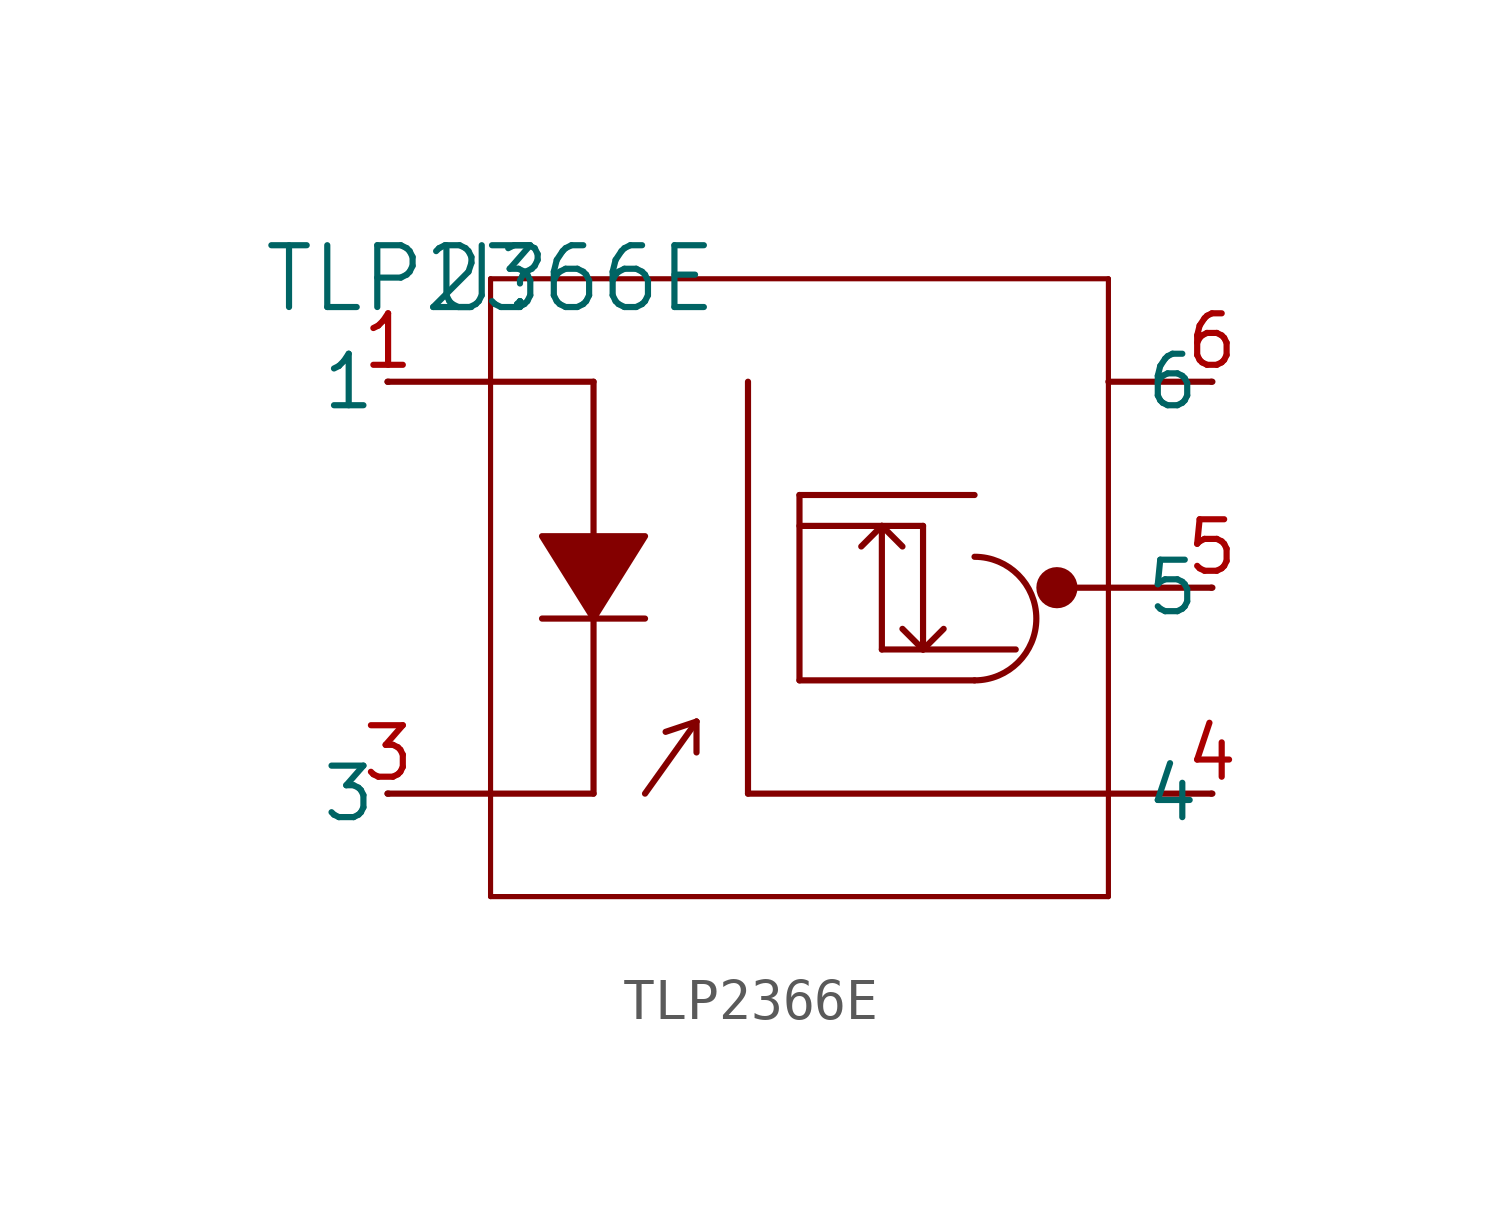
<source format=kicad_sym>
(kicad_symbol_lib
  (version 20211014)
  (generator kicad_symbol_editor)
  (symbol "TLP2366E"
    (pin_names
      (offset 0.254))
    (property "Reference" "U"
      (at 0 0 0)
      (effects (font (size 1.524 1.524))))
    (property "Value" "TLP2366E"
      (at 0 0 0)
      (effects (font (size 1.524 1.524))))
    (symbol "TLP2366E_0_1"
      (polyline (pts (xy 1.27 -6.35) (xy 1.27 -6.35) (xy 3.81 -6.35) (xy 2.54 -8.382) (xy 1.27 -6.35)) (stroke (width 0) (type default) (color 0 0 0 0)) (fill (type outline)))
      (polyline (pts (xy -2.54 -2.54) (xy 0 -2.54)) (stroke (width 0) (type default) (color 0 0 0 0)) (fill (type none)))
      (polyline (pts (xy -2.54 -12.7) (xy 0 -12.7)) (stroke (width 0) (type default) (color 0 0 0 0)) (fill (type none)))
      (polyline (pts (xy 17.78 -12.7) (xy 15.24 -12.7)) (stroke (width 0) (type default) (color 0 0 0 0)) (fill (type none)))
      (polyline (pts (xy 17.78 -7.62) (xy 15.24 -7.62)) (stroke (width 0) (type default) (color 0 0 0 0)) (fill (type none)))
      (polyline (pts (xy 17.78 -2.54) (xy 15.24 -2.54)) (stroke (width 0) (type default) (color 0 0 0 0)) (fill (type none)))
      (polyline (pts (xy 0 -15.24) (xy 0 0)) (stroke (width 0.127) (type default) (color 0 0 0 0)) (fill (type none)))
      (polyline (pts (xy 0 0) (xy 15.24 0)) (stroke (width 0.127) (type default) (color 0 0 0 0)) (fill (type none)))
      (polyline (pts (xy 15.24 0) (xy 15.24 -15.24)) (stroke (width 0.127) (type default) (color 0 0 0 0)) (fill (type none)))
      (polyline (pts (xy 15.24 -15.24) (xy 0 -15.24)) (stroke (width 0.127) (type default) (color 0 0 0 0)) (fill (type none)))
      (polyline (pts (xy 1.27 -8.382) (xy 3.81 -8.382)) (stroke (width 0) (type default) (color 0 0 0 0)) (fill (type none)))
      (polyline (pts (xy 2.54 -6.35) (xy 2.54 -2.54)) (stroke (width 0) (type default) (color 0 0 0 0)) (fill (type none)))
      (polyline (pts (xy 2.54 -2.54) (xy 0 -2.54)) (stroke (width 0) (type default) (color 0 0 0 0)) (fill (type none)))
      (polyline (pts (xy 2.54 -12.7) (xy 2.54 -8.382)) (stroke (width 0) (type default) (color 0 0 0 0)) (fill (type none)))
      (polyline (pts (xy 2.54 -12.7) (xy 0 -12.7)) (stroke (width 0) (type default) (color 0 0 0 0)) (fill (type none)))
      (polyline (pts (xy 6.35 -2.54) (xy 6.35 -12.7)) (stroke (width 0) (type default) (color 0 0 0 0)) (fill (type none)))
      (polyline (pts (xy 6.35 -12.7) (xy 15.24 -12.7)) (stroke (width 0) (type default) (color 0 0 0 0)) (fill (type none)))
      (polyline (pts (xy 7.62 -6.096) (xy 10.668 -6.096)) (stroke (width 0) (type default) (color 0 0 0 0)) (fill (type none)))
      (polyline (pts (xy 10.668 -9.144) (xy 11.176 -8.636)) (stroke (width 0) (type default) (color 0 0 0 0)) (fill (type none)))
      (polyline (pts (xy 9.652 -6.096) (xy 9.144 -6.604)) (stroke (width 0) (type default) (color 0 0 0 0)) (fill (type none)))
      (polyline (pts (xy 9.652 -6.096) (xy 10.16 -6.604)) (stroke (width 0) (type default) (color 0 0 0 0)) (fill (type none)))
      (polyline (pts (xy 7.62 -9.906) (xy 11.938 -9.906)) (stroke (width 0) (type default) (color 0 0 0 0)) (fill (type none)))
      (polyline (pts (xy 10.668 -9.144) (xy 10.16 -8.636)) (stroke (width 0) (type default) (color 0 0 0 0)) (fill (type none)))
      (polyline (pts (xy 7.62 -5.334) (xy 7.62 -9.906)) (stroke (width 0) (type default) (color 0 0 0 0)) (fill (type none)))
      (polyline (pts (xy 14.478 -7.62) (xy 15.24 -7.62)) (stroke (width 0) (type default) (color 0 0 0 0)) (fill (type none)))
      (polyline (pts (xy 7.62 -5.334) (xy 11.938 -5.334)) (stroke (width 0) (type default) (color 0 0 0 0)) (fill (type none)))
      (polyline (pts (xy 10.668 -6.096) (xy 10.668 -9.144)) (stroke (width 0) (type default) (color 0 0 0 0)) (fill (type none)))
      (polyline (pts (xy 9.652 -9.144) (xy 9.652 -6.096)) (stroke (width 0) (type default) (color 0 0 0 0)) (fill (type none)))
      (polyline (pts (xy 9.652 -9.144) (xy 12.954 -9.144)) (stroke (width 0) (type default) (color 0 0 0 0)) (fill (type none)))
      (polyline (pts (xy 5.08 -11.684) (xy 5.08 -10.922)) (stroke (width 0) (type default) (color 0 0 0 0)) (fill (type none)))
      (polyline (pts (xy 4.318 -11.176) (xy 5.08 -10.922)) (stroke (width 0) (type default) (color 0 0 0 0)) (fill (type none)))
      (polyline (pts (xy 5.08 -10.922) (xy 3.81 -12.7)) (stroke (width 0) (type default) (color 0 0 0 0)) (fill (type none)))
      (arc (start 11.938 -9.906) (mid 13.462 -8.382) (end 11.938 -6.858) (stroke (width 0) (type default) (color 0 0 0 0)) (fill (type none)))
      (circle (center 13.97 -7.62) (radius 0.254) (stroke (width 0.508) (type default) (color 0 0 0 0)) (fill (type none)))
      (pin unspecified line (at -2.515 -2.54 180) (length 0.025) (name "1" (effects (font (size 1.27 1.27)))) (number "1" (effects (font (size 1.27 1.27)))))
      (pin unspecified line (at -2.515 -12.7 180) (length 0.025) (name "3" (effects (font (size 1.27 1.27)))) (number "3" (effects (font (size 1.27 1.27)))))
      (pin power_out line (at 17.805 -12.7 180) (length 0.025) (name "4" (effects (font (size 1.27 1.27)))) (number "4" (effects (font (size 1.27 1.27)))))
      (pin output line (at 17.805 -7.62 180) (length 0.025) (name "5" (effects (font (size 1.27 1.27)))) (number "5" (effects (font (size 1.27 1.27)))))
      (pin unspecified line (at 17.805 -2.54 180) (length 0.025) (name "6" (effects (font (size 1.27 1.27)))) (number "6" (effects (font (size 1.27 1.27))))))))
</source>
